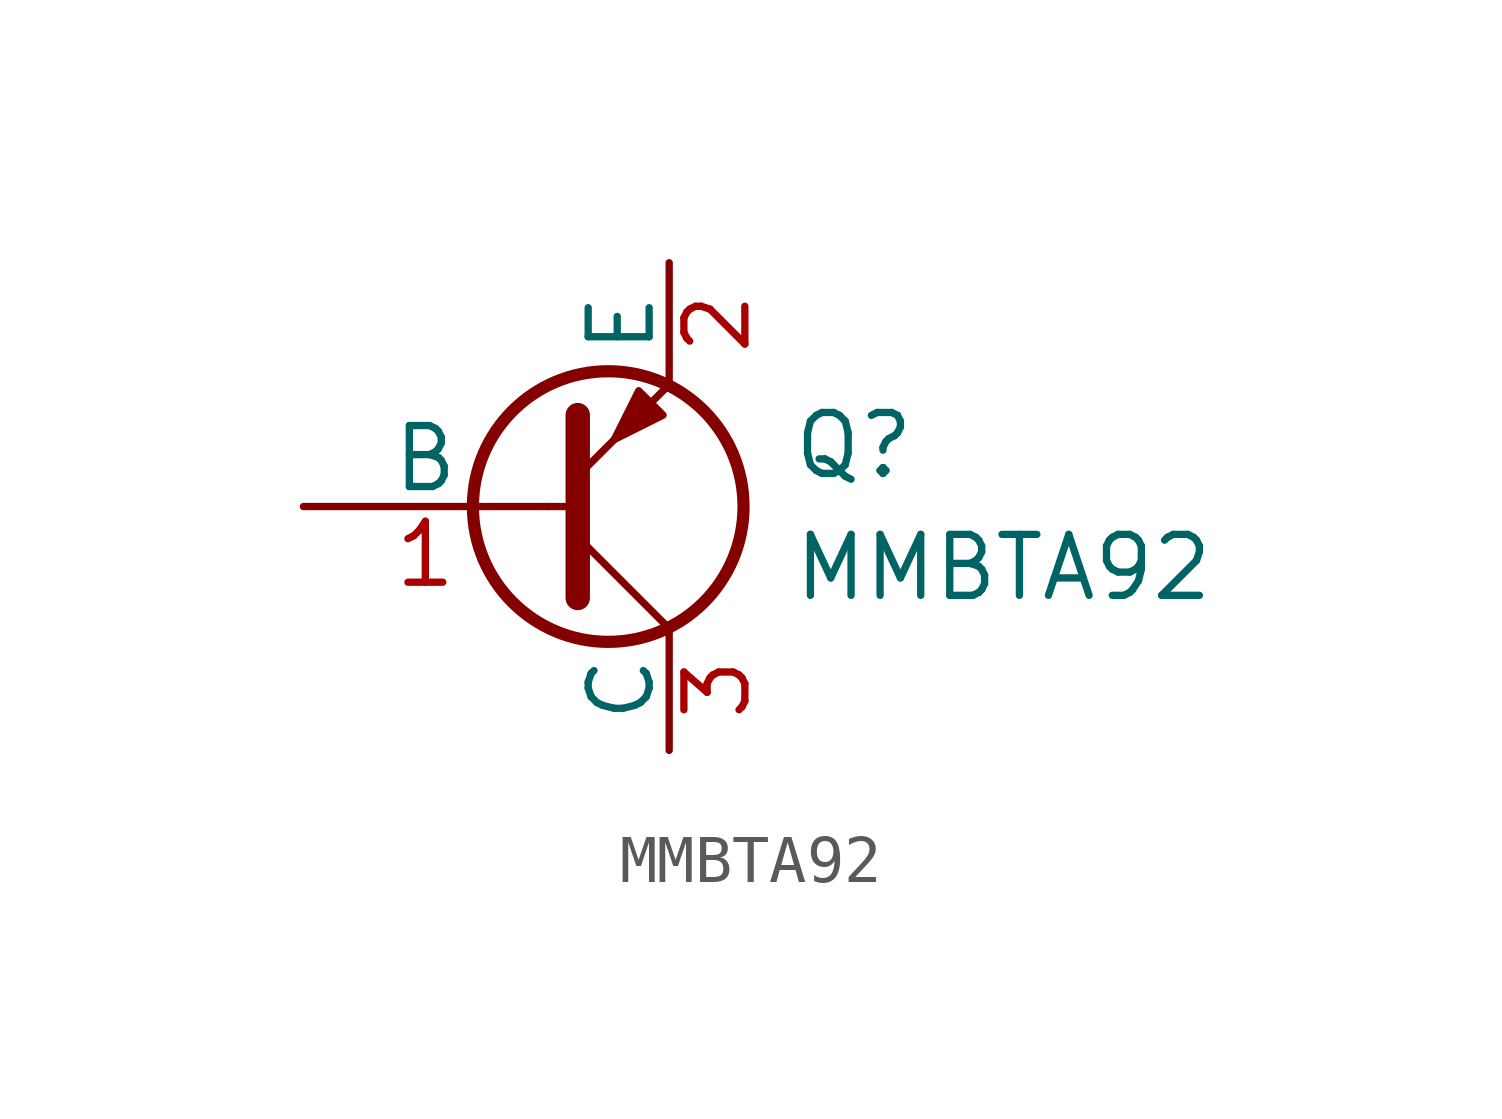
<source format=kicad_sym>
(kicad_symbol_lib
  (version 20211014)
  (generator kicad_symbol_editor)
  (symbol "MMBTA92"
    (pin_names
      (offset 0))
    (property "Reference" "Q"
      (at 5.08 1.27 0)
      (effects (font (size 1.27 1.27)) (justify left)))
    (property "Value" "MMBTA92"
      (at 5.08 -1.27 0)
      (effects (font (size 1.27 1.27)) (justify left)))
    (symbol "MMBTA92_1_1"
      (polyline (pts (xy 0 0) (xy 0.635 0)) (stroke (width 0) (type default) (color 0 0 0 0)) (fill (type none)))
      (polyline (pts (xy 2.54 -2.54) (xy 0.635 -0.635)) (stroke (width 0) (type default) (color 0 0 0 0)) (fill (type none)))
      (polyline (pts (xy 2.54 2.54) (xy 0.635 0.635)) (stroke (width 0) (type default) (color 0 0 0 0)) (fill (type none)))
      (polyline (pts (xy 0.635 -1.905) (xy 0.635 1.905) (xy 0.635 1.905)) (stroke (width 0.508) (type default) (color 0 0 0 0)) (fill (type outline)))
      (polyline (pts (xy 1.905 2.413) (xy 2.413 1.905) (xy 1.397 1.397) (xy 1.905 2.413) (xy 1.905 2.413)) (stroke (width 0) (type default) (color 0 0 0 0)) (fill (type outline)))
      (circle (center 1.27 0) (radius 2.819) (stroke (width 0.254) (type default) (color 0 0 0 0)) (fill (type none)))
      (pin input line (at -5.08 0 0) (length 5.08) (name "B" (effects (font (size 1.27 1.27)))) (number "1" (effects (font (size 1.27 1.27)))))
      (pin passive line (at 2.54 5.08 270) (length 2.54) (name "E" (effects (font (size 1.27 1.27)))) (number "2" (effects (font (size 1.27 1.27)))))
      (pin passive line (at 2.54 -5.08 90) (length 2.54) (name "C" (effects (font (size 1.27 1.27)))) (number "3" (effects (font (size 1.27 1.27))))))))
</source>
